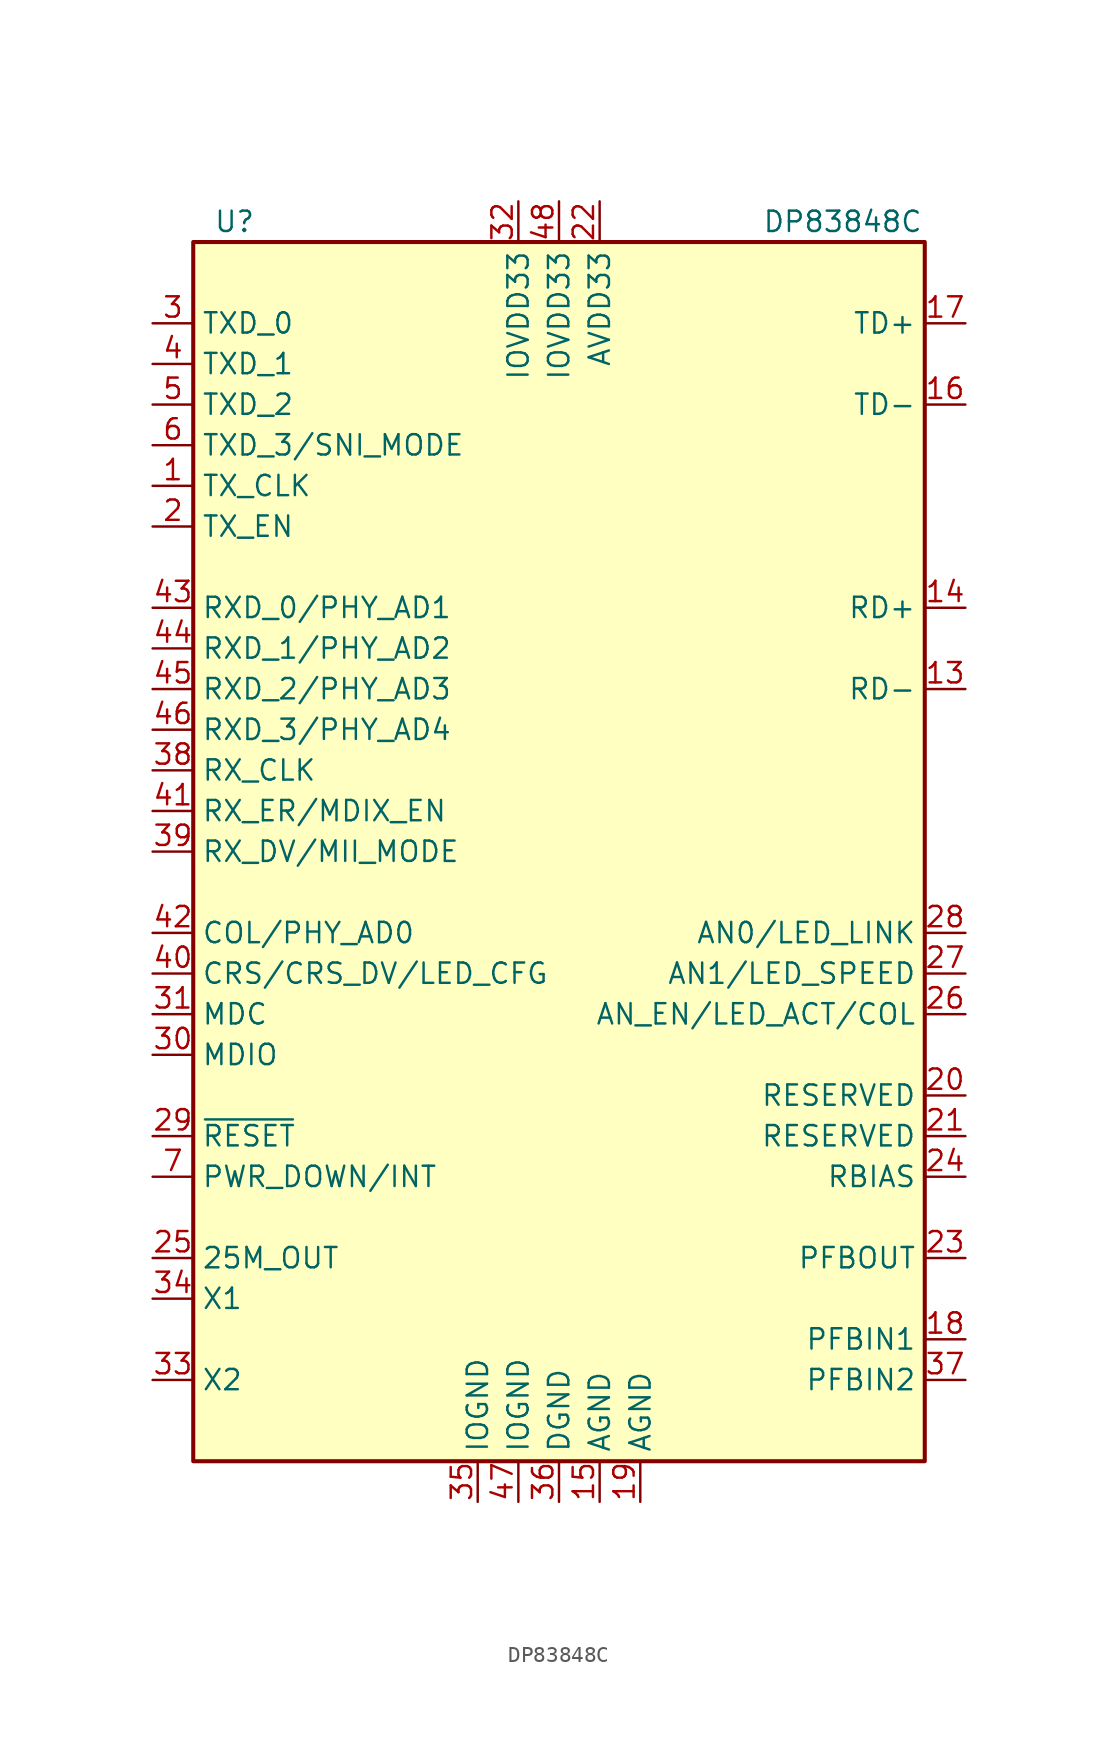
<source format=kicad_sym>
(kicad_symbol_lib
  (version 20241209)
  (generator "kicad_symbol_editor")
  (generator_version "9.0")
  (symbol "DP83848C"
    (property "Reference" "U"
      (at -21.59 39.37 0)
      (effects (font (size 1.27 1.27)) (justify left)))
    (property "Value" "DP83848C"
      (at 12.7 39.37 0)
      (effects (font (size 1.27 1.27)) (justify left)))
    (symbol "DP83848C_0_1"
      (rectangle (start -22.86 38.1) (end 22.86 -38.1) (stroke (width 0.254) (type default)) (fill (type background))))
    (symbol "DP83848C_1_1"
      (pin input line (at -25.4 33.02 0) (length 2.54) (name "TXD_0" (effects (font (size 1.27 1.27)))) (number "3" (effects (font (size 1.27 1.27)))))
      (pin input line (at -25.4 30.48 0) (length 2.54) (name "TXD_1" (effects (font (size 1.27 1.27)))) (number "4" (effects (font (size 1.27 1.27)))))
      (pin input line (at -25.4 27.94 0) (length 2.54) (name "TXD_2" (effects (font (size 1.27 1.27)))) (number "5" (effects (font (size 1.27 1.27)))))
      (pin input line (at -25.4 25.4 0) (length 2.54) (name "TXD_3/SNI_MODE" (effects (font (size 1.27 1.27)))) (number "6" (effects (font (size 1.27 1.27)))))
      (pin output line (at -25.4 22.86 0) (length 2.54) (name "TX_CLK" (effects (font (size 1.27 1.27)))) (number "1" (effects (font (size 1.27 1.27)))))
      (pin input line (at -25.4 20.32 0) (length 2.54) (name "TX_EN" (effects (font (size 1.27 1.27)))) (number "2" (effects (font (size 1.27 1.27)))))
      (pin output line (at -25.4 15.24 0) (length 2.54) (name "RXD_0/PHY_AD1" (effects (font (size 1.27 1.27)))) (number "43" (effects (font (size 1.27 1.27)))))
      (pin output line (at -25.4 12.7 0) (length 2.54) (name "RXD_1/PHY_AD2" (effects (font (size 1.27 1.27)))) (number "44" (effects (font (size 1.27 1.27)))))
      (pin output line (at -25.4 10.16 0) (length 2.54) (name "RXD_2/PHY_AD3" (effects (font (size 1.27 1.27)))) (number "45" (effects (font (size 1.27 1.27)))))
      (pin output line (at -25.4 7.62 0) (length 2.54) (name "RXD_3/PHY_AD4" (effects (font (size 1.27 1.27)))) (number "46" (effects (font (size 1.27 1.27)))))
      (pin output line (at -25.4 5.08 0) (length 2.54) (name "RX_CLK" (effects (font (size 1.27 1.27)))) (number "38" (effects (font (size 1.27 1.27)))))
      (pin output line (at -25.4 2.54 0) (length 2.54) (name "RX_ER/MDIX_EN" (effects (font (size 1.27 1.27)))) (number "41" (effects (font (size 1.27 1.27)))))
      (pin output line (at -25.4 0 0) (length 2.54) (name "RX_DV/MII_MODE" (effects (font (size 1.27 1.27)))) (number "39" (effects (font (size 1.27 1.27)))))
      (pin output line (at -25.4 -5.08 0) (length 2.54) (name "COL/PHY_AD0" (effects (font (size 1.27 1.27)))) (number "42" (effects (font (size 1.27 1.27)))))
      (pin output line (at -25.4 -7.62 0) (length 2.54) (name "CRS/CRS_DV/LED_CFG" (effects (font (size 1.27 1.27)))) (number "40" (effects (font (size 1.27 1.27)))))
      (pin input line (at -25.4 -10.16 0) (length 2.54) (name "MDC" (effects (font (size 1.27 1.27)))) (number "31" (effects (font (size 1.27 1.27)))))
      (pin bidirectional line (at -25.4 -12.7 0) (length 2.54) (name "MDIO" (effects (font (size 1.27 1.27)))) (number "30" (effects (font (size 1.27 1.27)))))
      (pin input line (at -25.4 -17.78 0) (length 2.54) (name "~{RESET}" (effects (font (size 1.27 1.27)))) (number "29" (effects (font (size 1.27 1.27)))))
      (pin input line (at -25.4 -20.32 0) (length 2.54) (name "PWR_DOWN/INT" (effects (font (size 1.27 1.27)))) (number "7" (effects (font (size 1.27 1.27)))))
      (pin output line (at -25.4 -25.4 0) (length 2.54) (name "25M_OUT" (effects (font (size 1.27 1.27)))) (number "25" (effects (font (size 1.27 1.27)))))
      (pin input line (at -25.4 -27.94 0) (length 2.54) (name "X1" (effects (font (size 1.27 1.27)))) (number "34" (effects (font (size 1.27 1.27)))))
      (pin output line (at -25.4 -33.02 0) (length 2.54) (name "X2" (effects (font (size 1.27 1.27)))) (number "33" (effects (font (size 1.27 1.27)))))
      (pin power_in line (at -5.08 -40.64 90) (length 2.54) (name "IOGND" (effects (font (size 1.27 1.27)))) (number "35" (effects (font (size 1.27 1.27)))))
      (pin power_in line (at -2.54 40.64 270) (length 2.54) (name "IOVDD33" (effects (font (size 1.27 1.27)))) (number "32" (effects (font (size 1.27 1.27)))))
      (pin power_in line (at -2.54 -40.64 90) (length 2.54) (name "IOGND" (effects (font (size 1.27 1.27)))) (number "47" (effects (font (size 1.27 1.27)))))
      (pin power_in line (at 0 40.64 270) (length 2.54) (name "IOVDD33" (effects (font (size 1.27 1.27)))) (number "48" (effects (font (size 1.27 1.27)))))
      (pin power_in line (at 0 -40.64 90) (length 2.54) (name "DGND" (effects (font (size 1.27 1.27)))) (number "36" (effects (font (size 1.27 1.27)))))
      (pin power_in line (at 2.54 40.64 270) (length 2.54) (name "AVDD33" (effects (font (size 1.27 1.27)))) (number "22" (effects (font (size 1.27 1.27)))))
      (pin power_in line (at 2.54 -40.64 90) (length 2.54) (name "AGND" (effects (font (size 1.27 1.27)))) (number "15" (effects (font (size 1.27 1.27)))))
      (pin power_in line (at 5.08 -40.64 90) (length 2.54) (name "AGND" (effects (font (size 1.27 1.27)))) (number "19" (effects (font (size 1.27 1.27)))))
      (pin passive line (at 25.4 33.02 180) (length 2.54) (name "TD+" (effects (font (size 1.27 1.27)))) (number "17" (effects (font (size 1.27 1.27)))))
      (pin passive line (at 25.4 27.94 180) (length 2.54) (name "TD-" (effects (font (size 1.27 1.27)))) (number "16" (effects (font (size 1.27 1.27)))))
      (pin passive line (at 25.4 15.24 180) (length 2.54) (name "RD+" (effects (font (size 1.27 1.27)))) (number "14" (effects (font (size 1.27 1.27)))))
      (pin passive line (at 25.4 10.16 180) (length 2.54) (name "RD-" (effects (font (size 1.27 1.27)))) (number "13" (effects (font (size 1.27 1.27)))))
      (pin output line (at 25.4 -5.08 180) (length 2.54) (name "AN0/LED_LINK" (effects (font (size 1.27 1.27)))) (number "28" (effects (font (size 1.27 1.27)))))
      (pin output line (at 25.4 -7.62 180) (length 2.54) (name "AN1/LED_SPEED" (effects (font (size 1.27 1.27)))) (number "27" (effects (font (size 1.27 1.27)))))
      (pin output line (at 25.4 -10.16 180) (length 2.54) (name "AN_EN/LED_ACT/COL" (effects (font (size 1.27 1.27)))) (number "26" (effects (font (size 1.27 1.27)))))
      (pin passive line (at 25.4 -15.24 180) (length 2.54) (name "RESERVED" (effects (font (size 1.27 1.27)))) (number "20" (effects (font (size 1.27 1.27)))))
      (pin passive line (at 25.4 -17.78 180) (length 2.54) (name "RESERVED" (effects (font (size 1.27 1.27)))) (number "21" (effects (font (size 1.27 1.27)))))
      (pin passive line (at 25.4 -20.32 180) (length 2.54) (name "RBIAS" (effects (font (size 1.27 1.27)))) (number "24" (effects (font (size 1.27 1.27)))))
      (pin passive line (at 25.4 -25.4 180) (length 2.54) (name "PFBOUT" (effects (font (size 1.27 1.27)))) (number "23" (effects (font (size 1.27 1.27)))))
      (pin passive line (at 25.4 -30.48 180) (length 2.54) (name "PFBIN1" (effects (font (size 1.27 1.27)))) (number "18" (effects (font (size 1.27 1.27)))))
      (pin passive line (at 25.4 -33.02 180) (length 2.54) (name "PFBIN2" (effects (font (size 1.27 1.27)))) (number "37" (effects (font (size 1.27 1.27))))))))
</source>
